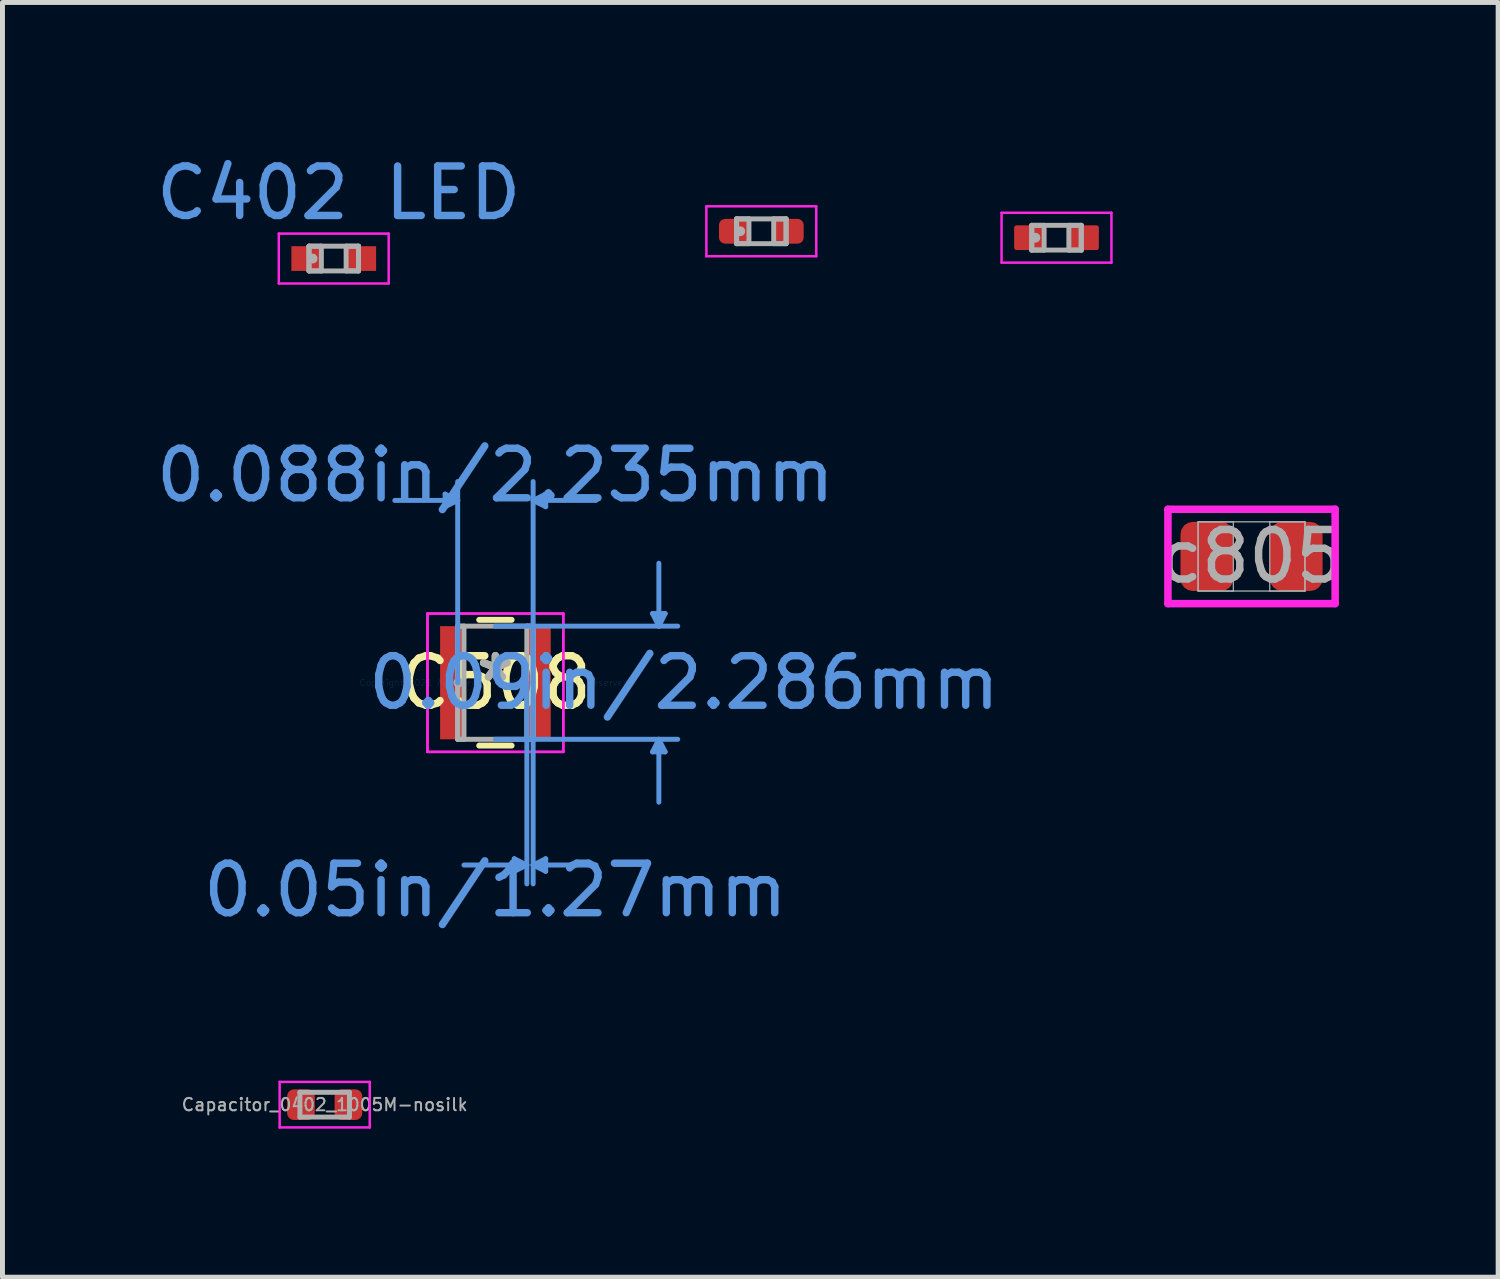
<source format=kicad_pcb>
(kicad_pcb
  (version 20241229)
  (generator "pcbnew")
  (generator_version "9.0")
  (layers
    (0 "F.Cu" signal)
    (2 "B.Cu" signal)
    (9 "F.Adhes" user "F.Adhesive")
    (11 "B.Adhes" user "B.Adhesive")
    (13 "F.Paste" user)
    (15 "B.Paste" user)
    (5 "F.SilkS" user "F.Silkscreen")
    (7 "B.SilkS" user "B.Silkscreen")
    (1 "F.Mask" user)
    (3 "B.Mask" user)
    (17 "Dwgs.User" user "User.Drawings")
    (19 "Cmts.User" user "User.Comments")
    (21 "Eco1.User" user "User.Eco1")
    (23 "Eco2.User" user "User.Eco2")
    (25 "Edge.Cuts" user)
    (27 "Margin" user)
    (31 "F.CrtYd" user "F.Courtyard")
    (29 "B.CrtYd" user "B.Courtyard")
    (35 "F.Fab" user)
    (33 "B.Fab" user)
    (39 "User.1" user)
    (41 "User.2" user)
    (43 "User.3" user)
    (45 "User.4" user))
  (footprint "C402"
    (layer "F.Cu")
    (at 18.293 1.752)
    (property "Reference" "C402" (at 0.4 -1.05 0) (layer "User.2") (effects (font (size 0.75 0.75) (thickness 0.15))))
    (attr through_hole)
    (fp_line (start -1.11 -0.504) (end 1.11 -0.504) (stroke (width 0.05) (type solid)) (layer "F.CrtYd"))
    (fp_line (start -1.11 0.504) (end -1.11 -0.504) (stroke (width 0.05) (type solid)) (layer "F.CrtYd"))
    (fp_line (start 1.11 -0.504) (end 1.11 0.504) (stroke (width 0.05) (type solid)) (layer "F.CrtYd"))
    (fp_line (start 1.11 0.504) (end -1.11 0.504) (stroke (width 0.05) (type solid)) (layer "F.CrtYd"))
    (fp_line (start -0.5 -0.25) (end -0.5 0.25) (stroke (width 0.1) (type solid)) (layer "F.Fab"))
    (fp_line (start -0.5 -0.25) (end -0.5 0.25) (stroke (width 0.1) (type solid)) (layer "F.Fab"))
    (fp_line (start -0.5 0.25) (end -0.25 0.25) (stroke (width 0.1) (type solid)) (layer "F.Fab"))
    (fp_line (start -0.5 0.25) (end 0.5 0.25) (stroke (width 0.1) (type solid)) (layer "F.Fab"))
    (fp_line (start -0.25 -0.25) (end -0.5 -0.25) (stroke (width 0.1) (type solid)) (layer "F.Fab"))
    (fp_line (start -0.25 0.25) (end -0.25 -0.25) (stroke (width 0.1) (type solid)) (layer "F.Fab"))
    (fp_line (start 0.25 -0.25) (end 0.25 0.25) (stroke (width 0.1) (type solid)) (layer "F.Fab"))
    (fp_line (start 0.25 0.25) (end 0.5 0.25) (stroke (width 0.1) (type solid)) (layer "F.Fab"))
    (fp_line (start 0.5 -0.25) (end -0.5 -0.25) (stroke (width 0.1) (type solid)) (layer "F.Fab"))
    (fp_line (start 0.5 -0.25) (end 0.25 -0.25) (stroke (width 0.1) (type solid)) (layer "F.Fab"))
    (fp_line (start 0.5 0.25) (end 0.5 -0.25) (stroke (width 0.1) (type solid)) (layer "F.Fab"))
    (fp_line (start 0.5 0.25) (end 0.5 -0.25) (stroke (width 0.1) (type solid)) (layer "F.Fab"))
    (fp_circle (center -0.426 0) (end -0.426 0) (stroke (width 0.1) (type solid)) (fill no) (layer "F.Fab"))
    (pad "1" smd roundrect (at -0.553 0) (size 0.606 0.5) (layers "F.Cu" "F.Mask" "F.Paste") (roundrect_rratio 0.1))
    (pad "2" smd roundrect (at 0.553 0) (size 0.606 0.5) (layers "F.Cu" "F.Mask" "F.Paste") (roundrect_rratio 0.1)))
  (footprint "c805"
    (layer "F.Cu")
    (at 22.233 8.191)
    (property "Reference" "c805" (at 0 -1.64 0) (unlocked yes) (layer "User.2") (effects (font (size 1 1) (thickness 0.15))))
    (attr smd)
    (fp_line (start -1.689 -0.953) (end 1.689 -0.953) (stroke (width 0.152) (type solid)) (layer "F.CrtYd"))
    (fp_line (start -1.689 0.953) (end -1.689 -0.953) (stroke (width 0.152) (type solid)) (layer "F.CrtYd"))
    (fp_line (start 1.689 -0.953) (end 1.689 0.953) (stroke (width 0.152) (type solid)) (layer "F.CrtYd"))
    (fp_line (start 1.689 0.953) (end -1.689 0.953) (stroke (width 0.152) (type solid)) (layer "F.CrtYd"))
    (fp_line (start -1.079 -0.699) (end -1.079 0.699) (stroke (width 0.025) (type solid)) (layer "F.Fab"))
    (fp_line (start -1.079 -0.699) (end -1.079 0.699) (stroke (width 0.025) (type solid)) (layer "F.Fab"))
    (fp_line (start -1.079 0.699) (end -0.368 0.699) (stroke (width 0.025) (type solid)) (layer "F.Fab"))
    (fp_line (start -1.079 0.699) (end 1.079 0.699) (stroke (width 0.025) (type solid)) (layer "F.Fab"))
    (fp_line (start -0.368 -0.699) (end -1.079 -0.699) (stroke (width 0.025) (type solid)) (layer "F.Fab"))
    (fp_line (start -0.368 0.699) (end -0.368 -0.699) (stroke (width 0.025) (type solid)) (layer "F.Fab"))
    (fp_line (start 0.368 -0.699) (end 0.368 0.699) (stroke (width 0.025) (type solid)) (layer "F.Fab"))
    (fp_line (start 0.368 0.699) (end 1.079 0.699) (stroke (width 0.025) (type solid)) (layer "F.Fab"))
    (fp_line (start 1.079 -0.699) (end -1.079 -0.699) (stroke (width 0.025) (type solid)) (layer "F.Fab"))
    (fp_line (start 1.079 -0.699) (end 0.368 -0.699) (stroke (width 0.025) (type solid)) (layer "F.Fab"))
    (fp_line (start 1.079 0.699) (end 1.079 -0.699) (stroke (width 0.025) (type solid)) (layer "F.Fab"))
    (fp_line (start 1.079 0.699) (end 1.079 -0.699) (stroke (width 0.025) (type solid)) (layer "F.Fab"))
    (fp_circle (center -0.775 0) (end -0.775 0) (stroke (width 0.025) (type solid)) (fill no) (layer "F.Fab"))
    (fp_text user "${REFERENCE}" (at 0 0 0) (unlocked yes) (layer "F.Fab") (effects (font (size 1 1) (thickness 0.15))))
    (pad "1" smd roundrect (at -0.902 0) (size 1.067 1.397) (layers "F.Cu" "F.Mask" "F.Paste") (roundrect_rratio 0.234))
    (pad "2" smd roundrect (at 0.902 0) (size 1.067 1.397) (layers "F.Cu" "F.Mask" "F.Paste") (roundrect_rratio 0.234)))
  (footprint "Capacitor_0402_1005M-nosilk"
    (layer "F.Cu")
    (at 3.509 19.266)
    (property "Reference" "Capacitor_0402_1005M-nosilk" (at 0 0 180) (layer "Eco2.User") (effects (font (size 0.3 0.3) (thickness 0.05))))
    (attr smd)
    (fp_line (start -0.91 -0.46) (end 0.91 -0.46) (stroke (width 0.05) (type solid)) (layer "F.CrtYd"))
    (fp_line (start -0.91 0.46) (end -0.91 -0.46) (stroke (width 0.05) (type solid)) (layer "F.CrtYd"))
    (fp_line (start 0.91 -0.46) (end 0.91 0.46) (stroke (width 0.05) (type solid)) (layer "F.CrtYd"))
    (fp_line (start 0.91 0.46) (end -0.91 0.46) (stroke (width 0.05) (type solid)) (layer "F.CrtYd"))
    (fp_line (start -0.5 -0.25) (end 0.5 -0.25) (stroke (width 0.1) (type solid)) (layer "F.Fab"))
    (fp_line (start -0.5 0.25) (end -0.5 -0.25) (stroke (width 0.1) (type solid)) (layer "F.Fab"))
    (fp_line (start 0.5 -0.25) (end 0.5 0.25) (stroke (width 0.1) (type solid)) (layer "F.Fab"))
    (fp_line (start 0.5 0.25) (end -0.5 0.25) (stroke (width 0.1) (type solid)) (layer "F.Fab"))
    (fp_text user "${REFERENCE}" (at 0 0 180) (layer "Eco1.User") (effects (font (size 0.25 0.25) (thickness 0.04))))
    (fp_text user "${REFERENCE}" (at 0 0 180) (layer "F.Fab") (effects (font (size 0.25 0.25) (thickness 0.04))))
    (pad "1" smd roundrect (at -0.48 0) (size 0.56 0.62) (layers "F.Cu" "F.Mask" "F.Paste") (roundrect_rratio 0.25))
    (pad "2" smd roundrect (at 0.48 0) (size 0.56 0.62) (layers "F.Cu" "F.Mask" "F.Paste") (roundrect_rratio 0.25)))
  (footprint "C402 LED"
    (layer "F.Cu")
    (at 3.692 2.173)
    (property "Reference" "C402 LED" (at 0.1 -1.325 0) (layer "Cmts.User") (effects (font (size 1 1) (thickness 0.15))))
    (attr through_hole)
    (fp_line (start -1.11 -0.504) (end 1.11 -0.504) (stroke (width 0.05) (type solid)) (layer "F.CrtYd"))
    (fp_line (start -1.11 0.504) (end -1.11 -0.504) (stroke (width 0.05) (type solid)) (layer "F.CrtYd"))
    (fp_line (start 1.11 -0.504) (end 1.11 0.504) (stroke (width 0.05) (type solid)) (layer "F.CrtYd"))
    (fp_line (start 1.11 0.504) (end -1.11 0.504) (stroke (width 0.05) (type solid)) (layer "F.CrtYd"))
    (fp_line (start -0.5 -0.25) (end -0.5 0.25) (stroke (width 0.1) (type solid)) (layer "F.Fab"))
    (fp_line (start -0.5 -0.25) (end -0.5 0.25) (stroke (width 0.1) (type solid)) (layer "F.Fab"))
    (fp_line (start -0.5 0.25) (end -0.25 0.25) (stroke (width 0.1) (type solid)) (layer "F.Fab"))
    (fp_line (start -0.5 0.25) (end 0.5 0.25) (stroke (width 0.1) (type solid)) (layer "F.Fab"))
    (fp_line (start -0.25 -0.25) (end -0.5 -0.25) (stroke (width 0.1) (type solid)) (layer "F.Fab"))
    (fp_line (start -0.25 0.25) (end -0.25 -0.25) (stroke (width 0.1) (type solid)) (layer "F.Fab"))
    (fp_line (start 0.25 -0.25) (end 0.25 0.25) (stroke (width 0.1) (type solid)) (layer "F.Fab"))
    (fp_line (start 0.25 0.25) (end 0.5 0.25) (stroke (width 0.1) (type solid)) (layer "F.Fab"))
    (fp_line (start 0.5 -0.25) (end -0.5 -0.25) (stroke (width 0.1) (type solid)) (layer "F.Fab"))
    (fp_line (start 0.5 -0.25) (end 0.25 -0.25) (stroke (width 0.1) (type solid)) (layer "F.Fab"))
    (fp_line (start 0.5 0.25) (end 0.5 -0.25) (stroke (width 0.1) (type solid)) (layer "F.Fab"))
    (fp_line (start 0.5 0.25) (end 0.5 -0.25) (stroke (width 0.1) (type solid)) (layer "F.Fab"))
    (fp_circle (center -0.426 0) (end -0.426 0) (stroke (width 0.1) (type solid)) (fill no) (layer "F.Fab"))
    (pad "1" smd rect (at -0.553 0) (size 0.606 0.5) (layers "F.Cu" "F.Mask" "F.Paste"))
    (pad "2" smd rect (at 0.553 0) (size 0.606 0.5) (layers "F.Cu" "F.Mask" "F.Paste")))
  (footprint "C402 NL"
    (layer "F.Cu")
    (at 12.33 1.622)
    (property "Reference" "C402 NL" (at 0.01 -1.11 0) (layer "User.2") (effects (font (size 0.5 0.5) (thickness 0.125))))
    (attr smd)
    (fp_line (start -1.11 -0.504) (end 1.11 -0.504) (stroke (width 0.05) (type solid)) (layer "F.CrtYd"))
    (fp_line (start -1.11 0.504) (end -1.11 -0.504) (stroke (width 0.05) (type solid)) (layer "F.CrtYd"))
    (fp_line (start 1.11 -0.504) (end 1.11 0.504) (stroke (width 0.05) (type solid)) (layer "F.CrtYd"))
    (fp_line (start 1.11 0.504) (end -1.11 0.504) (stroke (width 0.05) (type solid)) (layer "F.CrtYd"))
    (fp_line (start -0.5 -0.25) (end -0.5 0.25) (stroke (width 0.1) (type solid)) (layer "F.Fab"))
    (fp_line (start -0.5 -0.25) (end -0.5 0.25) (stroke (width 0.1) (type solid)) (layer "F.Fab"))
    (fp_line (start -0.5 0.25) (end -0.25 0.25) (stroke (width 0.1) (type solid)) (layer "F.Fab"))
    (fp_line (start -0.5 0.25) (end 0.5 0.25) (stroke (width 0.1) (type solid)) (layer "F.Fab"))
    (fp_line (start -0.25 -0.25) (end -0.5 -0.25) (stroke (width 0.1) (type solid)) (layer "F.Fab"))
    (fp_line (start -0.25 0.25) (end -0.25 -0.25) (stroke (width 0.1) (type solid)) (layer "F.Fab"))
    (fp_line (start 0.25 -0.25) (end 0.25 0.25) (stroke (width 0.1) (type solid)) (layer "F.Fab"))
    (fp_line (start 0.25 0.25) (end 0.5 0.25) (stroke (width 0.1) (type solid)) (layer "F.Fab"))
    (fp_line (start 0.5 -0.25) (end -0.5 -0.25) (stroke (width 0.1) (type solid)) (layer "F.Fab"))
    (fp_line (start 0.5 -0.25) (end 0.25 -0.25) (stroke (width 0.1) (type solid)) (layer "F.Fab"))
    (fp_line (start 0.5 0.25) (end 0.5 -0.25) (stroke (width 0.1) (type solid)) (layer "F.Fab"))
    (fp_line (start 0.5 0.25) (end 0.5 -0.25) (stroke (width 0.1) (type solid)) (layer "F.Fab"))
    (fp_circle (center -0.426 0) (end -0.426 0) (stroke (width 0.1) (type solid)) (fill no) (layer "F.Fab"))
    (pad "1" smd roundrect (at -0.553 0) (size 0.606 0.5) (layers "F.Cu" "F.Mask" "F.Paste") (roundrect_rratio 0.25))
    (pad "2" smd roundrect (at 0.553 0) (size 0.606 0.5) (layers "F.Cu" "F.Mask" "F.Paste") (roundrect_rratio 0.25)))
  (footprint "C508"
    (layer "F.Cu")
    (at 6.958 10.742)
    (property "Reference" "C508" (at 0 0 0) (layer "F.SilkS") (effects (font (size 1 1) (thickness 0.15))))
    (attr through_hole)
    (fp_line (start -0.327 1.27) (end 0.327 1.27) (stroke (width 0.12) (type solid)) (layer "F.SilkS"))
    (fp_line (start 0.327 -1.27) (end -0.327 -1.27) (stroke (width 0.12) (type solid)) (layer "F.SilkS"))
    (fp_line (start -1.016 -3.81) (end -1.016 -3.556) (stroke (width 0.1) (type solid)) (layer "Cmts.User"))
    (fp_line (start -0.762 -3.683) (end -2.032 -3.683) (stroke (width 0.1) (type solid)) (layer "Cmts.User"))
    (fp_line (start -0.762 -3.683) (end -1.016 -3.81) (stroke (width 0.1) (type solid)) (layer "Cmts.User"))
    (fp_line (start -0.762 -3.683) (end -1.016 -3.556) (stroke (width 0.1) (type solid)) (layer "Cmts.User"))
    (fp_line (start -0.762 0) (end -0.762 -4.064) (stroke (width 0.1) (type solid)) (layer "Cmts.User"))
    (fp_line (start 0 -1.143) (end 3.683 -1.143) (stroke (width 0.1) (type solid)) (layer "Cmts.User"))
    (fp_line (start 0 1.143) (end 3.683 1.143) (stroke (width 0.1) (type solid)) (layer "Cmts.User"))
    (fp_line (start 0.381 3.556) (end 0.381 3.81) (stroke (width 0.1) (type solid)) (layer "Cmts.User"))
    (fp_line (start 0.635 0) (end 0.635 4.064) (stroke (width 0.1) (type solid)) (layer "Cmts.User"))
    (fp_line (start 0.635 3.683) (end -0.635 3.683) (stroke (width 0.1) (type solid)) (layer "Cmts.User"))
    (fp_line (start 0.635 3.683) (end 0.381 3.556) (stroke (width 0.1) (type solid)) (layer "Cmts.User"))
    (fp_line (start 0.635 3.683) (end 0.381 3.81) (stroke (width 0.1) (type solid)) (layer "Cmts.User"))
    (fp_line (start 0.762 -3.683) (end 1.016 -3.81) (stroke (width 0.1) (type solid)) (layer "Cmts.User"))
    (fp_line (start 0.762 -3.683) (end 1.016 -3.556) (stroke (width 0.1) (type solid)) (layer "Cmts.User"))
    (fp_line (start 0.762 -3.683) (end 2.032 -3.683) (stroke (width 0.1) (type solid)) (layer "Cmts.User"))
    (fp_line (start 0.762 0) (end 0.762 -4.064) (stroke (width 0.1) (type solid)) (layer "Cmts.User"))
    (fp_line (start 0.762 0) (end 0.762 4.064) (stroke (width 0.1) (type solid)) (layer "Cmts.User"))
    (fp_line (start 0.762 3.683) (end 1.016 3.556) (stroke (width 0.1) (type solid)) (layer "Cmts.User"))
    (fp_line (start 0.762 3.683) (end 1.016 3.81) (stroke (width 0.1) (type solid)) (layer "Cmts.User"))
    (fp_line (start 0.762 3.683) (end 2.032 3.683) (stroke (width 0.1) (type solid)) (layer "Cmts.User"))
    (fp_line (start 1.016 -3.81) (end 1.016 -3.556) (stroke (width 0.1) (type solid)) (layer "Cmts.User"))
    (fp_line (start 1.016 3.556) (end 1.016 3.81) (stroke (width 0.1) (type solid)) (layer "Cmts.User"))
    (fp_line (start 3.175 -1.397) (end 3.429 -1.397) (stroke (width 0.1) (type solid)) (layer "Cmts.User"))
    (fp_line (start 3.175 1.397) (end 3.429 1.397) (stroke (width 0.1) (type solid)) (layer "Cmts.User"))
    (fp_line (start 3.302 -1.143) (end 3.175 -1.397) (stroke (width 0.1) (type solid)) (layer "Cmts.User"))
    (fp_line (start 3.302 -1.143) (end 3.302 -2.413) (stroke (width 0.1) (type solid)) (layer "Cmts.User"))
    (fp_line (start 3.302 -1.143) (end 3.429 -1.397) (stroke (width 0.1) (type solid)) (layer "Cmts.User"))
    (fp_line (start 3.302 1.143) (end 3.175 1.397) (stroke (width 0.1) (type solid)) (layer "Cmts.User"))
    (fp_line (start 3.302 1.143) (end 3.302 2.413) (stroke (width 0.1) (type solid)) (layer "Cmts.User"))
    (fp_line (start 3.302 1.143) (end 3.429 1.397) (stroke (width 0.1) (type solid)) (layer "Cmts.User"))
    (fp_line (start -1.372 -1.397) (end 1.372 -1.397) (stroke (width 0.05) (type solid)) (layer "F.CrtYd"))
    (fp_line (start -1.372 -1.397) (end 1.372 -1.397) (stroke (width 0.05) (type solid)) (layer "F.CrtYd"))
    (fp_line (start -1.372 1.397) (end -1.372 -1.397) (stroke (width 0.05) (type solid)) (layer "F.CrtYd"))
    (fp_line (start -1.372 1.397) (end -1.372 -1.397) (stroke (width 0.05) (type solid)) (layer "F.CrtYd"))
    (fp_line (start 1.372 -1.397) (end 1.372 1.397) (stroke (width 0.05) (type solid)) (layer "F.CrtYd"))
    (fp_line (start 1.372 -1.397) (end 1.372 1.397) (stroke (width 0.05) (type solid)) (layer "F.CrtYd"))
    (fp_line (start 1.372 1.397) (end -1.372 1.397) (stroke (width 0.05) (type solid)) (layer "F.CrtYd"))
    (fp_line (start 1.372 1.397) (end -1.372 1.397) (stroke (width 0.05) (type solid)) (layer "F.CrtYd"))
    (fp_line (start -0.762 -1.143) (end -0.762 1.143) (stroke (width 0.1) (type solid)) (layer "F.Fab"))
    (fp_line (start -0.762 -1.143) (end -0.762 1.143) (stroke (width 0.1) (type solid)) (layer "F.Fab"))
    (fp_line (start -0.762 1.143) (end -0.635 1.143) (stroke (width 0.1) (type solid)) (layer "F.Fab"))
    (fp_line (start -0.762 1.143) (end 0.762 1.143) (stroke (width 0.1) (type solid)) (layer "F.Fab"))
    (fp_line (start -0.635 -1.143) (end -0.762 -1.143) (stroke (width 0.1) (type solid)) (layer "F.Fab"))
    (fp_line (start -0.635 1.143) (end -0.635 -1.143) (stroke (width 0.1) (type solid)) (layer "F.Fab"))
    (fp_line (start 0.635 -1.143) (end 0.635 1.143) (stroke (width 0.1) (type solid)) (layer "F.Fab"))
    (fp_line (start 0.635 1.143) (end 0.762 1.143) (stroke (width 0.1) (type solid)) (layer "F.Fab"))
    (fp_line (start 0.762 -1.143) (end -0.762 -1.143) (stroke (width 0.1) (type solid)) (layer "F.Fab"))
    (fp_line (start 0.762 -1.143) (end 0.635 -1.143) (stroke (width 0.1) (type solid)) (layer "F.Fab"))
    (fp_line (start 0.762 1.143) (end 0.762 -1.143) (stroke (width 0.1) (type solid)) (layer "F.Fab"))
    (fp_line (start 0.762 1.143) (end 0.762 -1.143) (stroke (width 0.1) (type solid)) (layer "F.Fab"))
    (fp_circle (center -0.749 0) (end -0.749 0) (stroke (width 0.1) (type solid)) (fill no) (layer "F.Fab"))
    (fp_text user "*" (at 0 0 0) (layer "F.SilkS") (effects (font (size 1 1) (thickness 0.15))))
    (fp_text user "0.05in/1.27mm" (at 0 4.191 0) (layer "Cmts.User") (effects (font (size 1 1) (thickness 0.15))))
    (fp_text user "0.09in/2.286mm" (at 3.81 0 0) (layer "Cmts.User") (effects (font (size 1 1) (thickness 0.15))))
    (fp_text user "0.088in/2.235mm" (at 0 -4.191 0) (layer "Cmts.User") (effects (font (size 1 1) (thickness 0.15))))
    (fp_text user "Copyright 2021 Accelerated Designs. All rights reserved." (at 0 0 0) (layer "Cmts.User") (effects (font (size 0.127 0.127) (thickness 0.002))))
    (fp_text user "*" (at 0 0 0) (layer "F.Fab") (effects (font (size 1 1) (thickness 0.15))))
    (pad "1" smd rect (at -0.876 0) (size 0.483 2.286) (layers "F.Cu" "F.Mask" "F.Paste"))
    (pad "2" smd rect (at 0.876 0) (size 0.483 2.286) (layers "F.Cu" "F.Mask" "F.Paste")))
  (gr_rect
    (start -3 -3)
    (end 27.215 22.751)
    (stroke (width 0.1) (type default))
    (fill no)
    (layer "Edge.Cuts")))
</source>
